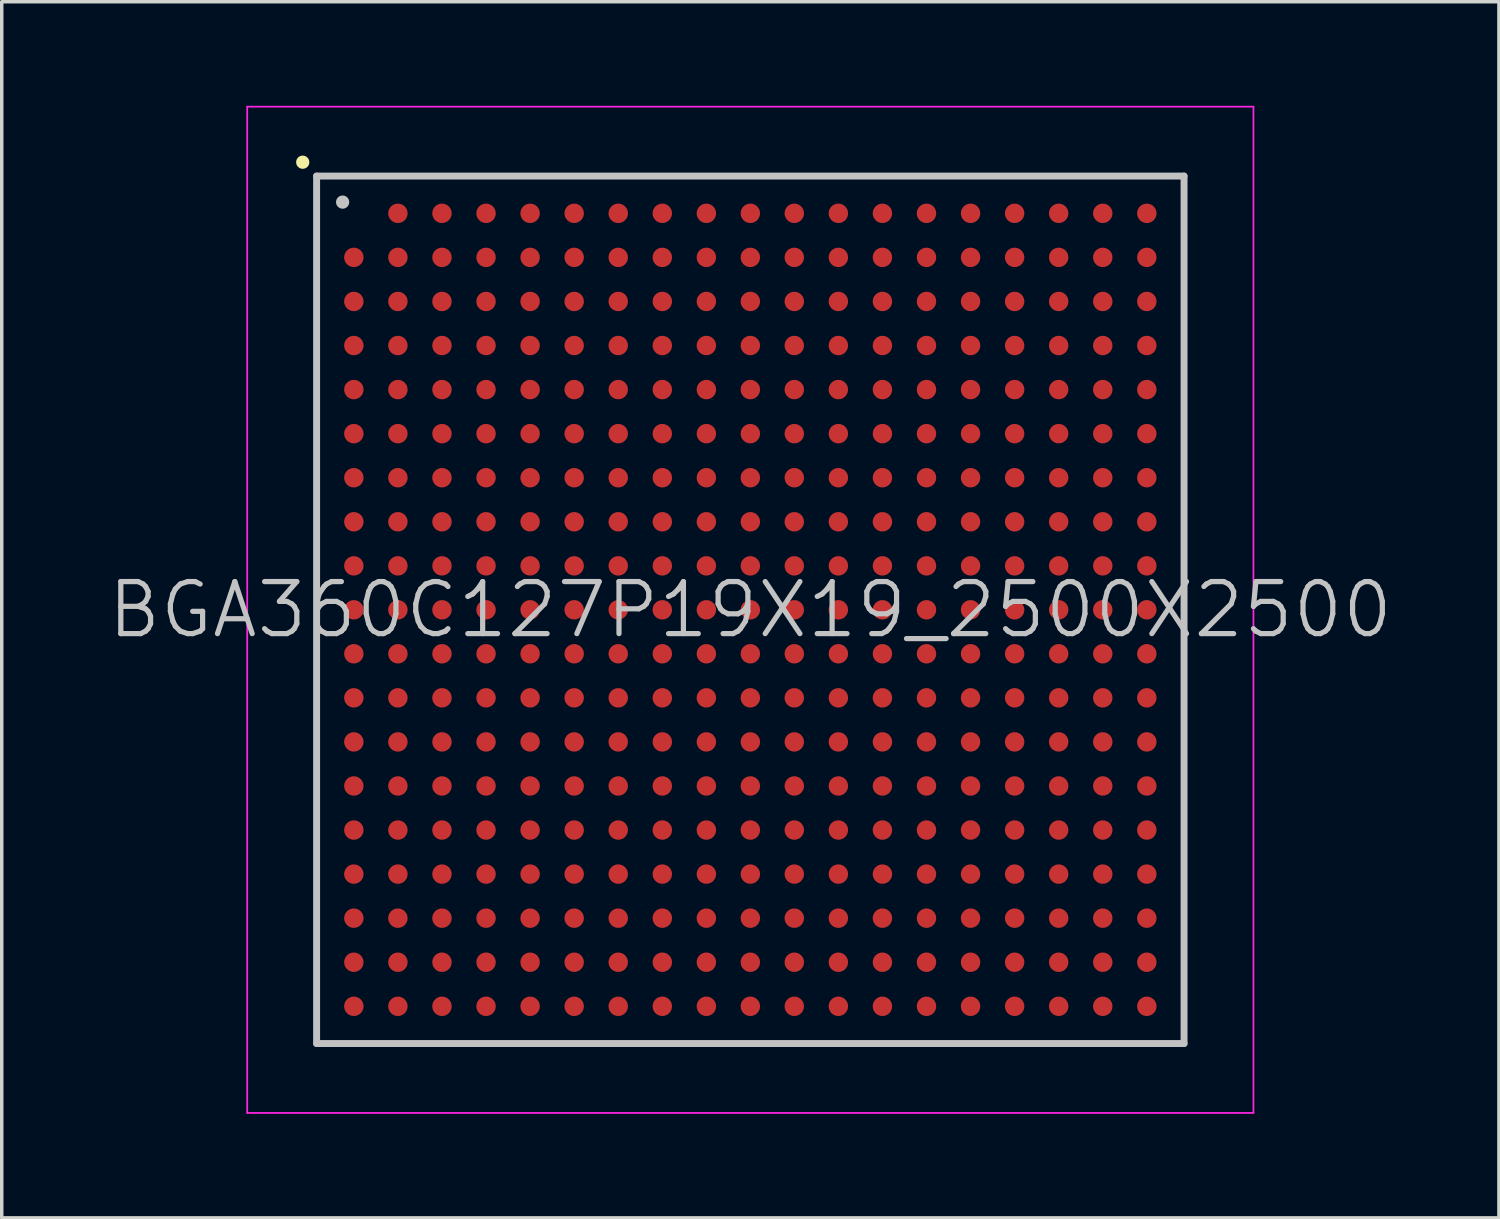
<source format=kicad_pcb>
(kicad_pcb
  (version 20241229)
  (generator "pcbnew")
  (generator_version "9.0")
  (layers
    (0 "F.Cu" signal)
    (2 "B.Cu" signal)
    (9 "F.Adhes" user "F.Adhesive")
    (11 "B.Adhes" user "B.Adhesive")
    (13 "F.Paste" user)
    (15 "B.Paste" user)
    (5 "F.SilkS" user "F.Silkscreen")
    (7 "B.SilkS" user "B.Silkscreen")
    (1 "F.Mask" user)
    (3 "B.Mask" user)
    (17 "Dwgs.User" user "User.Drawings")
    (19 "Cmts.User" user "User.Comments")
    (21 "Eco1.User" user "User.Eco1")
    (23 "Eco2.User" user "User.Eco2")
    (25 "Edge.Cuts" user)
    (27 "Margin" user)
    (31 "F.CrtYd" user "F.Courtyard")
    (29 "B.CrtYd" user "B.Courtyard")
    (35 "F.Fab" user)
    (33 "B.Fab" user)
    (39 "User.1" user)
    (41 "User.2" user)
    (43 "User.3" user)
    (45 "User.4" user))
  (footprint "BGA360C127P19X19_2500X2500"
    (layer "F.Cu")
    (at 18.575 14.525)
    (property "Reference" "BGA360C127P19X19_2500X2500" (at 0 0 0) (layer "Dwgs.User") (effects (font (size 1.5 1.5) (thickness 0.15))))
    (attr smd)
    (fp_line (start -12.9 -12.9) (end -12.9 -12.9) (stroke (width 0.381) (type solid)) (layer "F.SilkS"))
    (fp_line (start -12.5 -12.5) (end -12.5 12.5) (stroke (width 0.2) (type solid)) (layer "Dwgs.User"))
    (fp_line (start -12.5 -12.5) (end 12.5 -12.5) (stroke (width 0.2) (type solid)) (layer "Dwgs.User"))
    (fp_line (start -12.5 12.5) (end 12.5 12.5) (stroke (width 0.2) (type solid)) (layer "Dwgs.User"))
    (fp_line (start -11.75 -11.75) (end -11.75 -11.75) (stroke (width 0.381) (type solid)) (layer "Dwgs.User"))
    (fp_line (start 12.5 -12.5) (end 12.5 12.5) (stroke (width 0.2) (type solid)) (layer "Dwgs.User"))
    (fp_line (start -14.5 -14.5) (end -14.5 14.5) (stroke (width 0.05) (type solid)) (layer "F.CrtYd"))
    (fp_line (start -14.5 -14.5) (end 14.5 -14.5) (stroke (width 0.05) (type solid)) (layer "F.CrtYd"))
    (fp_line (start -14.5 14.5) (end 14.5 14.5) (stroke (width 0.05) (type solid)) (layer "F.CrtYd"))
    (fp_line (start 14.5 -14.5) (end 14.5 14.5) (stroke (width 0.05) (type solid)) (layer "F.CrtYd"))
    (pad "A2" smd circle (at -10.157 -11.427 270) (size 0.56 0.56) (layers "F.Cu" "F.Mask" "F.Paste"))
    (pad "A3" smd circle (at -8.887 -11.427 270) (size 0.56 0.56) (layers "F.Cu" "F.Mask" "F.Paste"))
    (pad "A4" smd circle (at -7.617 -11.427 270) (size 0.56 0.56) (layers "F.Cu" "F.Mask" "F.Paste"))
    (pad "A5" smd circle (at -6.347 -11.427 270) (size 0.56 0.56) (layers "F.Cu" "F.Mask" "F.Paste"))
    (pad "A6" smd circle (at -5.077 -11.427 270) (size 0.56 0.56) (layers "F.Cu" "F.Mask" "F.Paste"))
    (pad "A7" smd circle (at -3.807 -11.427 270) (size 0.56 0.56) (layers "F.Cu" "F.Mask" "F.Paste"))
    (pad "A8" smd circle (at -2.537 -11.427 270) (size 0.56 0.56) (layers "F.Cu" "F.Mask" "F.Paste"))
    (pad "A9" smd circle (at -1.267 -11.427 270) (size 0.56 0.56) (layers "F.Cu" "F.Mask" "F.Paste"))
    (pad "A10" smd circle (at 0 -11.427 270) (size 0.56 0.56) (layers "F.Cu" "F.Mask" "F.Paste"))
    (pad "A11" smd circle (at 1.267 -11.427 270) (size 0.56 0.56) (layers "F.Cu" "F.Mask" "F.Paste"))
    (pad "A12" smd circle (at 2.537 -11.427 270) (size 0.56 0.56) (layers "F.Cu" "F.Mask" "F.Paste"))
    (pad "A13" smd circle (at 3.807 -11.427 270) (size 0.56 0.56) (layers "F.Cu" "F.Mask" "F.Paste"))
    (pad "A14" smd circle (at 5.077 -11.427 270) (size 0.56 0.56) (layers "F.Cu" "F.Mask" "F.Paste"))
    (pad "A15" smd circle (at 6.347 -11.427 270) (size 0.56 0.56) (layers "F.Cu" "F.Mask" "F.Paste"))
    (pad "A16" smd circle (at 7.617 -11.427 270) (size 0.56 0.56) (layers "F.Cu" "F.Mask" "F.Paste"))
    (pad "A17" smd circle (at 8.887 -11.427 270) (size 0.56 0.56) (layers "F.Cu" "F.Mask" "F.Paste"))
    (pad "A18" smd circle (at 10.157 -11.427 270) (size 0.56 0.56) (layers "F.Cu" "F.Mask" "F.Paste"))
    (pad "A19" smd circle (at 11.427 -11.427 270) (size 0.56 0.56) (layers "F.Cu" "F.Mask" "F.Paste"))
    (pad "B1" smd circle (at -11.427 -10.157 270) (size 0.56 0.56) (layers "F.Cu" "F.Mask" "F.Paste"))
    (pad "B2" smd circle (at -10.157 -10.157 270) (size 0.56 0.56) (layers "F.Cu" "F.Mask" "F.Paste"))
    (pad "B3" smd circle (at -8.887 -10.157 270) (size 0.56 0.56) (layers "F.Cu" "F.Mask" "F.Paste"))
    (pad "B4" smd circle (at -7.617 -10.157 270) (size 0.56 0.56) (layers "F.Cu" "F.Mask" "F.Paste"))
    (pad "B5" smd circle (at -6.347 -10.157 270) (size 0.56 0.56) (layers "F.Cu" "F.Mask" "F.Paste"))
    (pad "B6" smd circle (at -5.077 -10.157 270) (size 0.56 0.56) (layers "F.Cu" "F.Mask" "F.Paste"))
    (pad "B7" smd circle (at -3.807 -10.157 270) (size 0.56 0.56) (layers "F.Cu" "F.Mask" "F.Paste"))
    (pad "B8" smd circle (at -2.537 -10.157 270) (size 0.56 0.56) (layers "F.Cu" "F.Mask" "F.Paste"))
    (pad "B9" smd circle (at -1.267 -10.157 270) (size 0.56 0.56) (layers "F.Cu" "F.Mask" "F.Paste"))
    (pad "B10" smd circle (at 0 -10.157 270) (size 0.56 0.56) (layers "F.Cu" "F.Mask" "F.Paste"))
    (pad "B11" smd circle (at 1.267 -10.157 270) (size 0.56 0.56) (layers "F.Cu" "F.Mask" "F.Paste"))
    (pad "B12" smd circle (at 2.537 -10.157 270) (size 0.56 0.56) (layers "F.Cu" "F.Mask" "F.Paste"))
    (pad "B13" smd circle (at 3.807 -10.157 270) (size 0.56 0.56) (layers "F.Cu" "F.Mask" "F.Paste"))
    (pad "B14" smd circle (at 5.077 -10.157 270) (size 0.56 0.56) (layers "F.Cu" "F.Mask" "F.Paste"))
    (pad "B15" smd circle (at 6.347 -10.157 270) (size 0.56 0.56) (layers "F.Cu" "F.Mask" "F.Paste"))
    (pad "B16" smd circle (at 7.617 -10.157 270) (size 0.56 0.56) (layers "F.Cu" "F.Mask" "F.Paste"))
    (pad "B17" smd circle (at 8.887 -10.157 270) (size 0.56 0.56) (layers "F.Cu" "F.Mask" "F.Paste"))
    (pad "B18" smd circle (at 10.157 -10.157 270) (size 0.56 0.56) (layers "F.Cu" "F.Mask" "F.Paste"))
    (pad "B19" smd circle (at 11.427 -10.157 270) (size 0.56 0.56) (layers "F.Cu" "F.Mask" "F.Paste"))
    (pad "C1" smd circle (at -11.427 -8.887 270) (size 0.56 0.56) (layers "F.Cu" "F.Mask" "F.Paste"))
    (pad "C2" smd circle (at -10.157 -8.887 270) (size 0.56 0.56) (layers "F.Cu" "F.Mask" "F.Paste"))
    (pad "C3" smd circle (at -8.887 -8.887 270) (size 0.56 0.56) (layers "F.Cu" "F.Mask" "F.Paste"))
    (pad "C4" smd circle (at -7.617 -8.887 270) (size 0.56 0.56) (layers "F.Cu" "F.Mask" "F.Paste"))
    (pad "C5" smd circle (at -6.347 -8.887 270) (size 0.56 0.56) (layers "F.Cu" "F.Mask" "F.Paste"))
    (pad "C6" smd circle (at -5.077 -8.887 270) (size 0.56 0.56) (layers "F.Cu" "F.Mask" "F.Paste"))
    (pad "C7" smd circle (at -3.807 -8.887 270) (size 0.56 0.56) (layers "F.Cu" "F.Mask" "F.Paste"))
    (pad "C8" smd circle (at -2.537 -8.887 270) (size 0.56 0.56) (layers "F.Cu" "F.Mask" "F.Paste"))
    (pad "C9" smd circle (at -1.267 -8.887 270) (size 0.56 0.56) (layers "F.Cu" "F.Mask" "F.Paste"))
    (pad "C10" smd circle (at 0 -8.887 270) (size 0.56 0.56) (layers "F.Cu" "F.Mask" "F.Paste"))
    (pad "C11" smd circle (at 1.267 -8.887 270) (size 0.56 0.56) (layers "F.Cu" "F.Mask" "F.Paste"))
    (pad "C12" smd circle (at 2.537 -8.887 270) (size 0.56 0.56) (layers "F.Cu" "F.Mask" "F.Paste"))
    (pad "C13" smd circle (at 3.807 -8.887 270) (size 0.56 0.56) (layers "F.Cu" "F.Mask" "F.Paste"))
    (pad "C14" smd circle (at 5.077 -8.887 270) (size 0.56 0.56) (layers "F.Cu" "F.Mask" "F.Paste"))
    (pad "C15" smd circle (at 6.347 -8.887 270) (size 0.56 0.56) (layers "F.Cu" "F.Mask" "F.Paste"))
    (pad "C16" smd circle (at 7.617 -8.887 270) (size 0.56 0.56) (layers "F.Cu" "F.Mask" "F.Paste"))
    (pad "C17" smd circle (at 8.887 -8.887 270) (size 0.56 0.56) (layers "F.Cu" "F.Mask" "F.Paste"))
    (pad "C18" smd circle (at 10.157 -8.887 270) (size 0.56 0.56) (layers "F.Cu" "F.Mask" "F.Paste"))
    (pad "C19" smd circle (at 11.427 -8.887 270) (size 0.56 0.56) (layers "F.Cu" "F.Mask" "F.Paste"))
    (pad "D1" smd circle (at -11.427 -7.617 270) (size 0.56 0.56) (layers "F.Cu" "F.Mask" "F.Paste"))
    (pad "D2" smd circle (at -10.157 -7.617 270) (size 0.56 0.56) (layers "F.Cu" "F.Mask" "F.Paste"))
    (pad "D3" smd circle (at -8.887 -7.617 270) (size 0.56 0.56) (layers "F.Cu" "F.Mask" "F.Paste"))
    (pad "D4" smd circle (at -7.617 -7.617 270) (size 0.56 0.56) (layers "F.Cu" "F.Mask" "F.Paste"))
    (pad "D5" smd circle (at -6.347 -7.617 270) (size 0.56 0.56) (layers "F.Cu" "F.Mask" "F.Paste"))
    (pad "D6" smd circle (at -5.077 -7.617 270) (size 0.56 0.56) (layers "F.Cu" "F.Mask" "F.Paste"))
    (pad "D7" smd circle (at -3.807 -7.617 270) (size 0.56 0.56) (layers "F.Cu" "F.Mask" "F.Paste"))
    (pad "D8" smd circle (at -2.537 -7.617 270) (size 0.56 0.56) (layers "F.Cu" "F.Mask" "F.Paste"))
    (pad "D9" smd circle (at -1.267 -7.617 270) (size 0.56 0.56) (layers "F.Cu" "F.Mask" "F.Paste"))
    (pad "D10" smd circle (at 0 -7.617 270) (size 0.56 0.56) (layers "F.Cu" "F.Mask" "F.Paste"))
    (pad "D11" smd circle (at 1.267 -7.617 270) (size 0.56 0.56) (layers "F.Cu" "F.Mask" "F.Paste"))
    (pad "D12" smd circle (at 2.537 -7.617 270) (size 0.56 0.56) (layers "F.Cu" "F.Mask" "F.Paste"))
    (pad "D13" smd circle (at 3.807 -7.617 270) (size 0.56 0.56) (layers "F.Cu" "F.Mask" "F.Paste"))
    (pad "D14" smd circle (at 5.077 -7.617 270) (size 0.56 0.56) (layers "F.Cu" "F.Mask" "F.Paste"))
    (pad "D15" smd circle (at 6.347 -7.617 270) (size 0.56 0.56) (layers "F.Cu" "F.Mask" "F.Paste"))
    (pad "D16" smd circle (at 7.617 -7.617 270) (size 0.56 0.56) (layers "F.Cu" "F.Mask" "F.Paste"))
    (pad "D17" smd circle (at 8.887 -7.617 270) (size 0.56 0.56) (layers "F.Cu" "F.Mask" "F.Paste"))
    (pad "D18" smd circle (at 10.157 -7.617 270) (size 0.56 0.56) (layers "F.Cu" "F.Mask" "F.Paste"))
    (pad "D19" smd circle (at 11.427 -7.617 270) (size 0.56 0.56) (layers "F.Cu" "F.Mask" "F.Paste"))
    (pad "E1" smd circle (at -11.427 -6.347 270) (size 0.56 0.56) (layers "F.Cu" "F.Mask" "F.Paste"))
    (pad "E2" smd circle (at -10.157 -6.347 270) (size 0.56 0.56) (layers "F.Cu" "F.Mask" "F.Paste"))
    (pad "E3" smd circle (at -8.887 -6.347 270) (size 0.56 0.56) (layers "F.Cu" "F.Mask" "F.Paste"))
    (pad "E4" smd circle (at -7.617 -6.347 270) (size 0.56 0.56) (layers "F.Cu" "F.Mask" "F.Paste"))
    (pad "E5" smd circle (at -6.347 -6.347 270) (size 0.56 0.56) (layers "F.Cu" "F.Mask" "F.Paste"))
    (pad "E6" smd circle (at -5.077 -6.347 270) (size 0.56 0.56) (layers "F.Cu" "F.Mask" "F.Paste"))
    (pad "E7" smd circle (at -3.807 -6.347 270) (size 0.56 0.56) (layers "F.Cu" "F.Mask" "F.Paste"))
    (pad "E8" smd circle (at -2.537 -6.347 270) (size 0.56 0.56) (layers "F.Cu" "F.Mask" "F.Paste"))
    (pad "E9" smd circle (at -1.267 -6.347 270) (size 0.56 0.56) (layers "F.Cu" "F.Mask" "F.Paste"))
    (pad "E10" smd circle (at 0 -6.347 270) (size 0.56 0.56) (layers "F.Cu" "F.Mask" "F.Paste"))
    (pad "E11" smd circle (at 1.267 -6.347 270) (size 0.56 0.56) (layers "F.Cu" "F.Mask" "F.Paste"))
    (pad "E12" smd circle (at 2.537 -6.347 270) (size 0.56 0.56) (layers "F.Cu" "F.Mask" "F.Paste"))
    (pad "E13" smd circle (at 3.807 -6.347 270) (size 0.56 0.56) (layers "F.Cu" "F.Mask" "F.Paste"))
    (pad "E14" smd circle (at 5.077 -6.347 270) (size 0.56 0.56) (layers "F.Cu" "F.Mask" "F.Paste"))
    (pad "E15" smd circle (at 6.347 -6.347 270) (size 0.56 0.56) (layers "F.Cu" "F.Mask" "F.Paste"))
    (pad "E16" smd circle (at 7.617 -6.347 270) (size 0.56 0.56) (layers "F.Cu" "F.Mask" "F.Paste"))
    (pad "E17" smd circle (at 8.887 -6.347 270) (size 0.56 0.56) (layers "F.Cu" "F.Mask" "F.Paste"))
    (pad "E18" smd circle (at 10.157 -6.347 270) (size 0.56 0.56) (layers "F.Cu" "F.Mask" "F.Paste"))
    (pad "E19" smd circle (at 11.427 -6.347 270) (size 0.56 0.56) (layers "F.Cu" "F.Mask" "F.Paste"))
    (pad "F1" smd circle (at -11.427 -5.077 270) (size 0.56 0.56) (layers "F.Cu" "F.Mask" "F.Paste"))
    (pad "F2" smd circle (at -10.157 -5.077 270) (size 0.56 0.56) (layers "F.Cu" "F.Mask" "F.Paste"))
    (pad "F3" smd circle (at -8.887 -5.077 270) (size 0.56 0.56) (layers "F.Cu" "F.Mask" "F.Paste"))
    (pad "F4" smd circle (at -7.617 -5.077 270) (size 0.56 0.56) (layers "F.Cu" "F.Mask" "F.Paste"))
    (pad "F5" smd circle (at -6.347 -5.077 270) (size 0.56 0.56) (layers "F.Cu" "F.Mask" "F.Paste"))
    (pad "F6" smd circle (at -5.077 -5.077 270) (size 0.56 0.56) (layers "F.Cu" "F.Mask" "F.Paste"))
    (pad "F7" smd circle (at -3.807 -5.077 270) (size 0.56 0.56) (layers "F.Cu" "F.Mask" "F.Paste"))
    (pad "F8" smd circle (at -2.537 -5.077 270) (size 0.56 0.56) (layers "F.Cu" "F.Mask" "F.Paste"))
    (pad "F9" smd circle (at -1.267 -5.077 270) (size 0.56 0.56) (layers "F.Cu" "F.Mask" "F.Paste"))
    (pad "F10" smd circle (at 0 -5.077 270) (size 0.56 0.56) (layers "F.Cu" "F.Mask" "F.Paste"))
    (pad "F11" smd circle (at 1.267 -5.077 270) (size 0.56 0.56) (layers "F.Cu" "F.Mask" "F.Paste"))
    (pad "F12" smd circle (at 2.537 -5.077 270) (size 0.56 0.56) (layers "F.Cu" "F.Mask" "F.Paste"))
    (pad "F13" smd circle (at 3.807 -5.077 270) (size 0.56 0.56) (layers "F.Cu" "F.Mask" "F.Paste"))
    (pad "F14" smd circle (at 5.077 -5.077 270) (size 0.56 0.56) (layers "F.Cu" "F.Mask" "F.Paste"))
    (pad "F15" smd circle (at 6.347 -5.077 270) (size 0.56 0.56) (layers "F.Cu" "F.Mask" "F.Paste"))
    (pad "F16" smd circle (at 7.617 -5.077 270) (size 0.56 0.56) (layers "F.Cu" "F.Mask" "F.Paste"))
    (pad "F17" smd circle (at 8.887 -5.077 270) (size 0.56 0.56) (layers "F.Cu" "F.Mask" "F.Paste"))
    (pad "F18" smd circle (at 10.157 -5.077 270) (size 0.56 0.56) (layers "F.Cu" "F.Mask" "F.Paste"))
    (pad "F19" smd circle (at 11.427 -5.077 270) (size 0.56 0.56) (layers "F.Cu" "F.Mask" "F.Paste"))
    (pad "G1" smd circle (at -11.427 -3.807 270) (size 0.56 0.56) (layers "F.Cu" "F.Mask" "F.Paste"))
    (pad "G2" smd circle (at -10.157 -3.807 270) (size 0.56 0.56) (layers "F.Cu" "F.Mask" "F.Paste"))
    (pad "G3" smd circle (at -8.887 -3.807 270) (size 0.56 0.56) (layers "F.Cu" "F.Mask" "F.Paste"))
    (pad "G4" smd circle (at -7.617 -3.807 270) (size 0.56 0.56) (layers "F.Cu" "F.Mask" "F.Paste"))
    (pad "G5" smd circle (at -6.347 -3.807 270) (size 0.56 0.56) (layers "F.Cu" "F.Mask" "F.Paste"))
    (pad "G6" smd circle (at -5.077 -3.807 270) (size 0.56 0.56) (layers "F.Cu" "F.Mask" "F.Paste"))
    (pad "G7" smd circle (at -3.807 -3.807 270) (size 0.56 0.56) (layers "F.Cu" "F.Mask" "F.Paste"))
    (pad "G8" smd circle (at -2.537 -3.807 270) (size 0.56 0.56) (layers "F.Cu" "F.Mask" "F.Paste"))
    (pad "G9" smd circle (at -1.267 -3.807 270) (size 0.56 0.56) (layers "F.Cu" "F.Mask" "F.Paste"))
    (pad "G10" smd circle (at 0 -3.807 270) (size 0.56 0.56) (layers "F.Cu" "F.Mask" "F.Paste"))
    (pad "G11" smd circle (at 1.267 -3.807 270) (size 0.56 0.56) (layers "F.Cu" "F.Mask" "F.Paste"))
    (pad "G12" smd circle (at 2.537 -3.807 270) (size 0.56 0.56) (layers "F.Cu" "F.Mask" "F.Paste"))
    (pad "G13" smd circle (at 3.807 -3.807 270) (size 0.56 0.56) (layers "F.Cu" "F.Mask" "F.Paste"))
    (pad "G14" smd circle (at 5.077 -3.807 270) (size 0.56 0.56) (layers "F.Cu" "F.Mask" "F.Paste"))
    (pad "G15" smd circle (at 6.347 -3.807 270) (size 0.56 0.56) (layers "F.Cu" "F.Mask" "F.Paste"))
    (pad "G16" smd circle (at 7.617 -3.807 270) (size 0.56 0.56) (layers "F.Cu" "F.Mask" "F.Paste"))
    (pad "G17" smd circle (at 8.887 -3.807 270) (size 0.56 0.56) (layers "F.Cu" "F.Mask" "F.Paste"))
    (pad "G18" smd circle (at 10.157 -3.807 270) (size 0.56 0.56) (layers "F.Cu" "F.Mask" "F.Paste"))
    (pad "G19" smd circle (at 11.427 -3.807 270) (size 0.56 0.56) (layers "F.Cu" "F.Mask" "F.Paste"))
    (pad "H1" smd circle (at -11.427 -2.537 270) (size 0.56 0.56) (layers "F.Cu" "F.Mask" "F.Paste"))
    (pad "H2" smd circle (at -10.157 -2.537 270) (size 0.56 0.56) (layers "F.Cu" "F.Mask" "F.Paste"))
    (pad "H3" smd circle (at -8.887 -2.537 270) (size 0.56 0.56) (layers "F.Cu" "F.Mask" "F.Paste"))
    (pad "H4" smd circle (at -7.617 -2.537 270) (size 0.56 0.56) (layers "F.Cu" "F.Mask" "F.Paste"))
    (pad "H5" smd circle (at -6.347 -2.537 270) (size 0.56 0.56) (layers "F.Cu" "F.Mask" "F.Paste"))
    (pad "H6" smd circle (at -5.077 -2.537 270) (size 0.56 0.56) (layers "F.Cu" "F.Mask" "F.Paste"))
    (pad "H7" smd circle (at -3.807 -2.537 270) (size 0.56 0.56) (layers "F.Cu" "F.Mask" "F.Paste"))
    (pad "H8" smd circle (at -2.537 -2.537 270) (size 0.56 0.56) (layers "F.Cu" "F.Mask" "F.Paste"))
    (pad "H9" smd circle (at -1.267 -2.537 270) (size 0.56 0.56) (layers "F.Cu" "F.Mask" "F.Paste"))
    (pad "H10" smd circle (at 0 -2.537 270) (size 0.56 0.56) (layers "F.Cu" "F.Mask" "F.Paste"))
    (pad "H11" smd circle (at 1.267 -2.537 270) (size 0.56 0.56) (layers "F.Cu" "F.Mask" "F.Paste"))
    (pad "H12" smd circle (at 2.537 -2.537 270) (size 0.56 0.56) (layers "F.Cu" "F.Mask" "F.Paste"))
    (pad "H13" smd circle (at 3.807 -2.537 270) (size 0.56 0.56) (layers "F.Cu" "F.Mask" "F.Paste"))
    (pad "H14" smd circle (at 5.077 -2.537 270) (size 0.56 0.56) (layers "F.Cu" "F.Mask" "F.Paste"))
    (pad "H15" smd circle (at 6.347 -2.537 270) (size 0.56 0.56) (layers "F.Cu" "F.Mask" "F.Paste"))
    (pad "H16" smd circle (at 7.617 -2.537 270) (size 0.56 0.56) (layers "F.Cu" "F.Mask" "F.Paste"))
    (pad "H17" smd circle (at 8.887 -2.537 270) (size 0.56 0.56) (layers "F.Cu" "F.Mask" "F.Paste"))
    (pad "H18" smd circle (at 10.157 -2.537 270) (size 0.56 0.56) (layers "F.Cu" "F.Mask" "F.Paste"))
    (pad "H19" smd circle (at 11.427 -2.537 270) (size 0.56 0.56) (layers "F.Cu" "F.Mask" "F.Paste"))
    (pad "J1" smd circle (at -11.427 -1.267 270) (size 0.56 0.56) (layers "F.Cu" "F.Mask" "F.Paste"))
    (pad "J2" smd circle (at -10.157 -1.267 270) (size 0.56 0.56) (layers "F.Cu" "F.Mask" "F.Paste"))
    (pad "J3" smd circle (at -8.887 -1.267 270) (size 0.56 0.56) (layers "F.Cu" "F.Mask" "F.Paste"))
    (pad "J4" smd circle (at -7.617 -1.267 270) (size 0.56 0.56) (layers "F.Cu" "F.Mask" "F.Paste"))
    (pad "J5" smd circle (at -6.347 -1.267 270) (size 0.56 0.56) (layers "F.Cu" "F.Mask" "F.Paste"))
    (pad "J6" smd circle (at -5.077 -1.267 270) (size 0.56 0.56) (layers "F.Cu" "F.Mask" "F.Paste"))
    (pad "J7" smd circle (at -3.807 -1.267 270) (size 0.56 0.56) (layers "F.Cu" "F.Mask" "F.Paste"))
    (pad "J8" smd circle (at -2.537 -1.267 270) (size 0.56 0.56) (layers "F.Cu" "F.Mask" "F.Paste"))
    (pad "J9" smd circle (at -1.267 -1.267 270) (size 0.56 0.56) (layers "F.Cu" "F.Mask" "F.Paste"))
    (pad "J10" smd circle (at 0 -1.267 270) (size 0.56 0.56) (layers "F.Cu" "F.Mask" "F.Paste"))
    (pad "J11" smd circle (at 1.267 -1.267 270) (size 0.56 0.56) (layers "F.Cu" "F.Mask" "F.Paste"))
    (pad "J12" smd circle (at 2.537 -1.267 270) (size 0.56 0.56) (layers "F.Cu" "F.Mask" "F.Paste"))
    (pad "J13" smd circle (at 3.807 -1.267 270) (size 0.56 0.56) (layers "F.Cu" "F.Mask" "F.Paste"))
    (pad "J14" smd circle (at 5.077 -1.267 270) (size 0.56 0.56) (layers "F.Cu" "F.Mask" "F.Paste"))
    (pad "J15" smd circle (at 6.347 -1.267 270) (size 0.56 0.56) (layers "F.Cu" "F.Mask" "F.Paste"))
    (pad "J16" smd circle (at 7.617 -1.267 270) (size 0.56 0.56) (layers "F.Cu" "F.Mask" "F.Paste"))
    (pad "J17" smd circle (at 8.887 -1.267 270) (size 0.56 0.56) (layers "F.Cu" "F.Mask" "F.Paste"))
    (pad "J18" smd circle (at 10.157 -1.267 270) (size 0.56 0.56) (layers "F.Cu" "F.Mask" "F.Paste"))
    (pad "J19" smd circle (at 11.427 -1.267 270) (size 0.56 0.56) (layers "F.Cu" "F.Mask" "F.Paste"))
    (pad "K1" smd circle (at -11.427 0 270) (size 0.56 0.56) (layers "F.Cu" "F.Mask" "F.Paste"))
    (pad "K2" smd circle (at -10.157 0 270) (size 0.56 0.56) (layers "F.Cu" "F.Mask" "F.Paste"))
    (pad "K3" smd circle (at -8.887 0 270) (size 0.56 0.56) (layers "F.Cu" "F.Mask" "F.Paste"))
    (pad "K4" smd circle (at -7.617 0 270) (size 0.56 0.56) (layers "F.Cu" "F.Mask" "F.Paste"))
    (pad "K5" smd circle (at -6.347 0 270) (size 0.56 0.56) (layers "F.Cu" "F.Mask" "F.Paste"))
    (pad "K6" smd circle (at -5.077 0 270) (size 0.56 0.56) (layers "F.Cu" "F.Mask" "F.Paste"))
    (pad "K7" smd circle (at -3.807 0 270) (size 0.56 0.56) (layers "F.Cu" "F.Mask" "F.Paste"))
    (pad "K8" smd circle (at -2.537 0 270) (size 0.56 0.56) (layers "F.Cu" "F.Mask" "F.Paste"))
    (pad "K9" smd circle (at -1.267 0 270) (size 0.56 0.56) (layers "F.Cu" "F.Mask" "F.Paste"))
    (pad "K10" smd circle (at 0 0 270) (size 0.56 0.56) (layers "F.Cu" "F.Mask" "F.Paste"))
    (pad "K11" smd circle (at 1.267 0 270) (size 0.56 0.56) (layers "F.Cu" "F.Mask" "F.Paste"))
    (pad "K12" smd circle (at 2.537 0 270) (size 0.56 0.56) (layers "F.Cu" "F.Mask" "F.Paste"))
    (pad "K13" smd circle (at 3.807 0 270) (size 0.56 0.56) (layers "F.Cu" "F.Mask" "F.Paste"))
    (pad "K14" smd circle (at 5.077 0 270) (size 0.56 0.56) (layers "F.Cu" "F.Mask" "F.Paste"))
    (pad "K15" smd circle (at 6.347 0 270) (size 0.56 0.56) (layers "F.Cu" "F.Mask" "F.Paste"))
    (pad "K16" smd circle (at 7.617 0 270) (size 0.56 0.56) (layers "F.Cu" "F.Mask" "F.Paste"))
    (pad "K17" smd circle (at 8.887 0 270) (size 0.56 0.56) (layers "F.Cu" "F.Mask" "F.Paste"))
    (pad "K18" smd circle (at 10.157 0 270) (size 0.56 0.56) (layers "F.Cu" "F.Mask" "F.Paste"))
    (pad "K19" smd circle (at 11.427 0 270) (size 0.56 0.56) (layers "F.Cu" "F.Mask" "F.Paste"))
    (pad "L1" smd circle (at -11.427 1.267 270) (size 0.56 0.56) (layers "F.Cu" "F.Mask" "F.Paste"))
    (pad "L2" smd circle (at -10.157 1.267 270) (size 0.56 0.56) (layers "F.Cu" "F.Mask" "F.Paste"))
    (pad "L3" smd circle (at -8.887 1.267 270) (size 0.56 0.56) (layers "F.Cu" "F.Mask" "F.Paste"))
    (pad "L4" smd circle (at -7.617 1.267 270) (size 0.56 0.56) (layers "F.Cu" "F.Mask" "F.Paste"))
    (pad "L5" smd circle (at -6.347 1.267 270) (size 0.56 0.56) (layers "F.Cu" "F.Mask" "F.Paste"))
    (pad "L6" smd circle (at -5.077 1.267 270) (size 0.56 0.56) (layers "F.Cu" "F.Mask" "F.Paste"))
    (pad "L7" smd circle (at -3.807 1.267 270) (size 0.56 0.56) (layers "F.Cu" "F.Mask" "F.Paste"))
    (pad "L8" smd circle (at -2.537 1.267 270) (size 0.56 0.56) (layers "F.Cu" "F.Mask" "F.Paste"))
    (pad "L9" smd circle (at -1.267 1.267 270) (size 0.56 0.56) (layers "F.Cu" "F.Mask" "F.Paste"))
    (pad "L10" smd circle (at 0 1.267 270) (size 0.56 0.56) (layers "F.Cu" "F.Mask" "F.Paste"))
    (pad "L11" smd circle (at 1.267 1.267 270) (size 0.56 0.56) (layers "F.Cu" "F.Mask" "F.Paste"))
    (pad "L12" smd circle (at 2.537 1.267 270) (size 0.56 0.56) (layers "F.Cu" "F.Mask" "F.Paste"))
    (pad "L13" smd circle (at 3.807 1.267 270) (size 0.56 0.56) (layers "F.Cu" "F.Mask" "F.Paste"))
    (pad "L14" smd circle (at 5.077 1.267 270) (size 0.56 0.56) (layers "F.Cu" "F.Mask" "F.Paste"))
    (pad "L15" smd circle (at 6.347 1.267 270) (size 0.56 0.56) (layers "F.Cu" "F.Mask" "F.Paste"))
    (pad "L16" smd circle (at 7.617 1.267 270) (size 0.56 0.56) (layers "F.Cu" "F.Mask" "F.Paste"))
    (pad "L17" smd circle (at 8.887 1.267 270) (size 0.56 0.56) (layers "F.Cu" "F.Mask" "F.Paste"))
    (pad "L18" smd circle (at 10.157 1.267 270) (size 0.56 0.56) (layers "F.Cu" "F.Mask" "F.Paste"))
    (pad "L19" smd circle (at 11.427 1.267 270) (size 0.56 0.56) (layers "F.Cu" "F.Mask" "F.Paste"))
    (pad "M1" smd circle (at -11.427 2.537 270) (size 0.56 0.56) (layers "F.Cu" "F.Mask" "F.Paste"))
    (pad "M2" smd circle (at -10.157 2.537 270) (size 0.56 0.56) (layers "F.Cu" "F.Mask" "F.Paste"))
    (pad "M3" smd circle (at -8.887 2.537 270) (size 0.56 0.56) (layers "F.Cu" "F.Mask" "F.Paste"))
    (pad "M4" smd circle (at -7.617 2.537 270) (size 0.56 0.56) (layers "F.Cu" "F.Mask" "F.Paste"))
    (pad "M5" smd circle (at -6.347 2.537 270) (size 0.56 0.56) (layers "F.Cu" "F.Mask" "F.Paste"))
    (pad "M6" smd circle (at -5.077 2.537 270) (size 0.56 0.56) (layers "F.Cu" "F.Mask" "F.Paste"))
    (pad "M7" smd circle (at -3.807 2.537 270) (size 0.56 0.56) (layers "F.Cu" "F.Mask" "F.Paste"))
    (pad "M8" smd circle (at -2.537 2.537 270) (size 0.56 0.56) (layers "F.Cu" "F.Mask" "F.Paste"))
    (pad "M9" smd circle (at -1.267 2.537 270) (size 0.56 0.56) (layers "F.Cu" "F.Mask" "F.Paste"))
    (pad "M10" smd circle (at 0 2.537 270) (size 0.56 0.56) (layers "F.Cu" "F.Mask" "F.Paste"))
    (pad "M11" smd circle (at 1.267 2.537 270) (size 0.56 0.56) (layers "F.Cu" "F.Mask" "F.Paste"))
    (pad "M12" smd circle (at 2.537 2.537 270) (size 0.56 0.56) (layers "F.Cu" "F.Mask" "F.Paste"))
    (pad "M13" smd circle (at 3.807 2.537 270) (size 0.56 0.56) (layers "F.Cu" "F.Mask" "F.Paste"))
    (pad "M14" smd circle (at 5.077 2.537 270) (size 0.56 0.56) (layers "F.Cu" "F.Mask" "F.Paste"))
    (pad "M15" smd circle (at 6.347 2.537 270) (size 0.56 0.56) (layers "F.Cu" "F.Mask" "F.Paste"))
    (pad "M16" smd circle (at 7.617 2.537 270) (size 0.56 0.56) (layers "F.Cu" "F.Mask" "F.Paste"))
    (pad "M17" smd circle (at 8.887 2.537 270) (size 0.56 0.56) (layers "F.Cu" "F.Mask" "F.Paste"))
    (pad "M18" smd circle (at 10.157 2.537 270) (size 0.56 0.56) (layers "F.Cu" "F.Mask" "F.Paste"))
    (pad "M19" smd circle (at 11.427 2.537 270) (size 0.56 0.56) (layers "F.Cu" "F.Mask" "F.Paste"))
    (pad "N1" smd circle (at -11.427 3.807 270) (size 0.56 0.56) (layers "F.Cu" "F.Mask" "F.Paste"))
    (pad "N2" smd circle (at -10.157 3.807 270) (size 0.56 0.56) (layers "F.Cu" "F.Mask" "F.Paste"))
    (pad "N3" smd circle (at -8.887 3.807 270) (size 0.56 0.56) (layers "F.Cu" "F.Mask" "F.Paste"))
    (pad "N4" smd circle (at -7.617 3.807 270) (size 0.56 0.56) (layers "F.Cu" "F.Mask" "F.Paste"))
    (pad "N5" smd circle (at -6.347 3.807 270) (size 0.56 0.56) (layers "F.Cu" "F.Mask" "F.Paste"))
    (pad "N6" smd circle (at -5.077 3.807 270) (size 0.56 0.56) (layers "F.Cu" "F.Mask" "F.Paste"))
    (pad "N7" smd circle (at -3.807 3.807 270) (size 0.56 0.56) (layers "F.Cu" "F.Mask" "F.Paste"))
    (pad "N8" smd circle (at -2.537 3.807 270) (size 0.56 0.56) (layers "F.Cu" "F.Mask" "F.Paste"))
    (pad "N9" smd circle (at -1.267 3.807 270) (size 0.56 0.56) (layers "F.Cu" "F.Mask" "F.Paste"))
    (pad "N10" smd circle (at 0 3.807 270) (size 0.56 0.56) (layers "F.Cu" "F.Mask" "F.Paste"))
    (pad "N11" smd circle (at 1.267 3.807 270) (size 0.56 0.56) (layers "F.Cu" "F.Mask" "F.Paste"))
    (pad "N12" smd circle (at 2.537 3.807 270) (size 0.56 0.56) (layers "F.Cu" "F.Mask" "F.Paste"))
    (pad "N13" smd circle (at 3.807 3.807 270) (size 0.56 0.56) (layers "F.Cu" "F.Mask" "F.Paste"))
    (pad "N14" smd circle (at 5.077 3.807 270) (size 0.56 0.56) (layers "F.Cu" "F.Mask" "F.Paste"))
    (pad "N15" smd circle (at 6.347 3.807 270) (size 0.56 0.56) (layers "F.Cu" "F.Mask" "F.Paste"))
    (pad "N16" smd circle (at 7.617 3.807 270) (size 0.56 0.56) (layers "F.Cu" "F.Mask" "F.Paste"))
    (pad "N17" smd circle (at 8.887 3.807 270) (size 0.56 0.56) (layers "F.Cu" "F.Mask" "F.Paste"))
    (pad "N18" smd circle (at 10.157 3.807 270) (size 0.56 0.56) (layers "F.Cu" "F.Mask" "F.Paste"))
    (pad "N19" smd circle (at 11.427 3.807 270) (size 0.56 0.56) (layers "F.Cu" "F.Mask" "F.Paste"))
    (pad "P1" smd circle (at -11.427 5.077 270) (size 0.56 0.56) (layers "F.Cu" "F.Mask" "F.Paste"))
    (pad "P2" smd circle (at -10.157 5.077 270) (size 0.56 0.56) (layers "F.Cu" "F.Mask" "F.Paste"))
    (pad "P3" smd circle (at -8.887 5.077 270) (size 0.56 0.56) (layers "F.Cu" "F.Mask" "F.Paste"))
    (pad "P4" smd circle (at -7.617 5.077 270) (size 0.56 0.56) (layers "F.Cu" "F.Mask" "F.Paste"))
    (pad "P5" smd circle (at -6.347 5.077 270) (size 0.56 0.56) (layers "F.Cu" "F.Mask" "F.Paste"))
    (pad "P6" smd circle (at -5.077 5.077 270) (size 0.56 0.56) (layers "F.Cu" "F.Mask" "F.Paste"))
    (pad "P7" smd circle (at -3.807 5.077 270) (size 0.56 0.56) (layers "F.Cu" "F.Mask" "F.Paste"))
    (pad "P8" smd circle (at -2.537 5.077 270) (size 0.56 0.56) (layers "F.Cu" "F.Mask" "F.Paste"))
    (pad "P9" smd circle (at -1.267 5.077 270) (size 0.56 0.56) (layers "F.Cu" "F.Mask" "F.Paste"))
    (pad "P10" smd circle (at 0 5.077 270) (size 0.56 0.56) (layers "F.Cu" "F.Mask" "F.Paste"))
    (pad "P11" smd circle (at 1.267 5.077 270) (size 0.56 0.56) (layers "F.Cu" "F.Mask" "F.Paste"))
    (pad "P12" smd circle (at 2.537 5.077 270) (size 0.56 0.56) (layers "F.Cu" "F.Mask" "F.Paste"))
    (pad "P13" smd circle (at 3.807 5.077 270) (size 0.56 0.56) (layers "F.Cu" "F.Mask" "F.Paste"))
    (pad "P14" smd circle (at 5.077 5.077 270) (size 0.56 0.56) (layers "F.Cu" "F.Mask" "F.Paste"))
    (pad "P15" smd circle (at 6.347 5.077 270) (size 0.56 0.56) (layers "F.Cu" "F.Mask" "F.Paste"))
    (pad "P16" smd circle (at 7.617 5.077 270) (size 0.56 0.56) (layers "F.Cu" "F.Mask" "F.Paste"))
    (pad "P17" smd circle (at 8.887 5.077 270) (size 0.56 0.56) (layers "F.Cu" "F.Mask" "F.Paste"))
    (pad "P18" smd circle (at 10.157 5.077 270) (size 0.56 0.56) (layers "F.Cu" "F.Mask" "F.Paste"))
    (pad "P19" smd circle (at 11.427 5.077 270) (size 0.56 0.56) (layers "F.Cu" "F.Mask" "F.Paste"))
    (pad "R1" smd circle (at -11.427 6.347 270) (size 0.56 0.56) (layers "F.Cu" "F.Mask" "F.Paste"))
    (pad "R2" smd circle (at -10.157 6.347 270) (size 0.56 0.56) (layers "F.Cu" "F.Mask" "F.Paste"))
    (pad "R3" smd circle (at -8.887 6.347 270) (size 0.56 0.56) (layers "F.Cu" "F.Mask" "F.Paste"))
    (pad "R4" smd circle (at -7.617 6.347 270) (size 0.56 0.56) (layers "F.Cu" "F.Mask" "F.Paste"))
    (pad "R5" smd circle (at -6.347 6.347 270) (size 0.56 0.56) (layers "F.Cu" "F.Mask" "F.Paste"))
    (pad "R6" smd circle (at -5.077 6.347 270) (size 0.56 0.56) (layers "F.Cu" "F.Mask" "F.Paste"))
    (pad "R7" smd circle (at -3.807 6.347 270) (size 0.56 0.56) (layers "F.Cu" "F.Mask" "F.Paste"))
    (pad "R8" smd circle (at -2.537 6.347 270) (size 0.56 0.56) (layers "F.Cu" "F.Mask" "F.Paste"))
    (pad "R9" smd circle (at -1.267 6.347 270) (size 0.56 0.56) (layers "F.Cu" "F.Mask" "F.Paste"))
    (pad "R10" smd circle (at 0 6.347 270) (size 0.56 0.56) (layers "F.Cu" "F.Mask" "F.Paste"))
    (pad "R11" smd circle (at 1.267 6.347 270) (size 0.56 0.56) (layers "F.Cu" "F.Mask" "F.Paste"))
    (pad "R12" smd circle (at 2.537 6.347 270) (size 0.56 0.56) (layers "F.Cu" "F.Mask" "F.Paste"))
    (pad "R13" smd circle (at 3.807 6.347 270) (size 0.56 0.56) (layers "F.Cu" "F.Mask" "F.Paste"))
    (pad "R14" smd circle (at 5.077 6.347 270) (size 0.56 0.56) (layers "F.Cu" "F.Mask" "F.Paste"))
    (pad "R15" smd circle (at 6.347 6.347 270) (size 0.56 0.56) (layers "F.Cu" "F.Mask" "F.Paste"))
    (pad "R16" smd circle (at 7.617 6.347 270) (size 0.56 0.56) (layers "F.Cu" "F.Mask" "F.Paste"))
    (pad "R17" smd circle (at 8.887 6.347 270) (size 0.56 0.56) (layers "F.Cu" "F.Mask" "F.Paste"))
    (pad "R18" smd circle (at 10.157 6.347 270) (size 0.56 0.56) (layers "F.Cu" "F.Mask" "F.Paste"))
    (pad "R19" smd circle (at 11.427 6.347 270) (size 0.56 0.56) (layers "F.Cu" "F.Mask" "F.Paste"))
    (pad "T1" smd circle (at -11.427 7.617 270) (size 0.56 0.56) (layers "F.Cu" "F.Mask" "F.Paste"))
    (pad "T2" smd circle (at -10.157 7.617 270) (size 0.56 0.56) (layers "F.Cu" "F.Mask" "F.Paste"))
    (pad "T3" smd circle (at -8.887 7.617 270) (size 0.56 0.56) (layers "F.Cu" "F.Mask" "F.Paste"))
    (pad "T4" smd circle (at -7.617 7.617 270) (size 0.56 0.56) (layers "F.Cu" "F.Mask" "F.Paste"))
    (pad "T5" smd circle (at -6.347 7.617 270) (size 0.56 0.56) (layers "F.Cu" "F.Mask" "F.Paste"))
    (pad "T6" smd circle (at -5.077 7.617 270) (size 0.56 0.56) (layers "F.Cu" "F.Mask" "F.Paste"))
    (pad "T7" smd circle (at -3.807 7.617 270) (size 0.56 0.56) (layers "F.Cu" "F.Mask" "F.Paste"))
    (pad "T8" smd circle (at -2.537 7.617 270) (size 0.56 0.56) (layers "F.Cu" "F.Mask" "F.Paste"))
    (pad "T9" smd circle (at -1.267 7.617 270) (size 0.56 0.56) (layers "F.Cu" "F.Mask" "F.Paste"))
    (pad "T10" smd circle (at 0 7.617 270) (size 0.56 0.56) (layers "F.Cu" "F.Mask" "F.Paste"))
    (pad "T11" smd circle (at 1.267 7.617 270) (size 0.56 0.56) (layers "F.Cu" "F.Mask" "F.Paste"))
    (pad "T12" smd circle (at 2.537 7.617 270) (size 0.56 0.56) (layers "F.Cu" "F.Mask" "F.Paste"))
    (pad "T13" smd circle (at 3.807 7.617 270) (size 0.56 0.56) (layers "F.Cu" "F.Mask" "F.Paste"))
    (pad "T14" smd circle (at 5.077 7.617 270) (size 0.56 0.56) (layers "F.Cu" "F.Mask" "F.Paste"))
    (pad "T15" smd circle (at 6.347 7.617 270) (size 0.56 0.56) (layers "F.Cu" "F.Mask" "F.Paste"))
    (pad "T16" smd circle (at 7.617 7.617 270) (size 0.56 0.56) (layers "F.Cu" "F.Mask" "F.Paste"))
    (pad "T17" smd circle (at 8.887 7.617 270) (size 0.56 0.56) (layers "F.Cu" "F.Mask" "F.Paste"))
    (pad "T18" smd circle (at 10.157 7.617 270) (size 0.56 0.56) (layers "F.Cu" "F.Mask" "F.Paste"))
    (pad "T19" smd circle (at 11.427 7.617 270) (size 0.56 0.56) (layers "F.Cu" "F.Mask" "F.Paste"))
    (pad "U1" smd circle (at -11.427 8.887 270) (size 0.56 0.56) (layers "F.Cu" "F.Mask" "F.Paste"))
    (pad "U2" smd circle (at -10.157 8.887 270) (size 0.56 0.56) (layers "F.Cu" "F.Mask" "F.Paste"))
    (pad "U3" smd circle (at -8.887 8.887 270) (size 0.56 0.56) (layers "F.Cu" "F.Mask" "F.Paste"))
    (pad "U4" smd circle (at -7.617 8.887 270) (size 0.56 0.56) (layers "F.Cu" "F.Mask" "F.Paste"))
    (pad "U5" smd circle (at -6.347 8.887 270) (size 0.56 0.56) (layers "F.Cu" "F.Mask" "F.Paste"))
    (pad "U6" smd circle (at -5.077 8.887 270) (size 0.56 0.56) (layers "F.Cu" "F.Mask" "F.Paste"))
    (pad "U7" smd circle (at -3.807 8.887 270) (size 0.56 0.56) (layers "F.Cu" "F.Mask" "F.Paste"))
    (pad "U8" smd circle (at -2.537 8.887 270) (size 0.56 0.56) (layers "F.Cu" "F.Mask" "F.Paste"))
    (pad "U9" smd circle (at -1.267 8.887 270) (size 0.56 0.56) (layers "F.Cu" "F.Mask" "F.Paste"))
    (pad "U10" smd circle (at 0 8.887 270) (size 0.56 0.56) (layers "F.Cu" "F.Mask" "F.Paste"))
    (pad "U11" smd circle (at 1.267 8.887 270) (size 0.56 0.56) (layers "F.Cu" "F.Mask" "F.Paste"))
    (pad "U12" smd circle (at 2.537 8.887 270) (size 0.56 0.56) (layers "F.Cu" "F.Mask" "F.Paste"))
    (pad "U13" smd circle (at 3.807 8.887 270) (size 0.56 0.56) (layers "F.Cu" "F.Mask" "F.Paste"))
    (pad "U14" smd circle (at 5.077 8.887 270) (size 0.56 0.56) (layers "F.Cu" "F.Mask" "F.Paste"))
    (pad "U15" smd circle (at 6.347 8.887 270) (size 0.56 0.56) (layers "F.Cu" "F.Mask" "F.Paste"))
    (pad "U16" smd circle (at 7.617 8.887 270) (size 0.56 0.56) (layers "F.Cu" "F.Mask" "F.Paste"))
    (pad "U17" smd circle (at 8.887 8.887 270) (size 0.56 0.56) (layers "F.Cu" "F.Mask" "F.Paste"))
    (pad "U18" smd circle (at 10.157 8.887 270) (size 0.56 0.56) (layers "F.Cu" "F.Mask" "F.Paste"))
    (pad "U19" smd circle (at 11.427 8.887 270) (size 0.56 0.56) (layers "F.Cu" "F.Mask" "F.Paste"))
    (pad "V1" smd circle (at -11.427 10.157 270) (size 0.56 0.56) (layers "F.Cu" "F.Mask" "F.Paste"))
    (pad "V2" smd circle (at -10.157 10.157 270) (size 0.56 0.56) (layers "F.Cu" "F.Mask" "F.Paste"))
    (pad "V3" smd circle (at -8.887 10.157 270) (size 0.56 0.56) (layers "F.Cu" "F.Mask" "F.Paste"))
    (pad "V4" smd circle (at -7.617 10.157 270) (size 0.56 0.56) (layers "F.Cu" "F.Mask" "F.Paste"))
    (pad "V5" smd circle (at -6.347 10.157 270) (size 0.56 0.56) (layers "F.Cu" "F.Mask" "F.Paste"))
    (pad "V6" smd circle (at -5.077 10.157 270) (size 0.56 0.56) (layers "F.Cu" "F.Mask" "F.Paste"))
    (pad "V7" smd circle (at -3.807 10.157 270) (size 0.56 0.56) (layers "F.Cu" "F.Mask" "F.Paste"))
    (pad "V8" smd circle (at -2.537 10.157 270) (size 0.56 0.56) (layers "F.Cu" "F.Mask" "F.Paste"))
    (pad "V9" smd circle (at -1.267 10.157 270) (size 0.56 0.56) (layers "F.Cu" "F.Mask" "F.Paste"))
    (pad "V10" smd circle (at 0 10.157 270) (size 0.56 0.56) (layers "F.Cu" "F.Mask" "F.Paste"))
    (pad "V11" smd circle (at 1.267 10.157 270) (size 0.56 0.56) (layers "F.Cu" "F.Mask" "F.Paste"))
    (pad "V12" smd circle (at 2.537 10.157 270) (size 0.56 0.56) (layers "F.Cu" "F.Mask" "F.Paste"))
    (pad "V13" smd circle (at 3.807 10.157 270) (size 0.56 0.56) (layers "F.Cu" "F.Mask" "F.Paste"))
    (pad "V14" smd circle (at 5.077 10.157 270) (size 0.56 0.56) (layers "F.Cu" "F.Mask" "F.Paste"))
    (pad "V15" smd circle (at 6.347 10.157 270) (size 0.56 0.56) (layers "F.Cu" "F.Mask" "F.Paste"))
    (pad "V16" smd circle (at 7.617 10.157 270) (size 0.56 0.56) (layers "F.Cu" "F.Mask" "F.Paste"))
    (pad "V17" smd circle (at 8.887 10.157 270) (size 0.56 0.56) (layers "F.Cu" "F.Mask" "F.Paste"))
    (pad "V18" smd circle (at 10.157 10.157 270) (size 0.56 0.56) (layers "F.Cu" "F.Mask" "F.Paste"))
    (pad "V19" smd circle (at 11.427 10.157 270) (size 0.56 0.56) (layers "F.Cu" "F.Mask" "F.Paste"))
    (pad "W1" smd circle (at -11.427 11.427 270) (size 0.56 0.56) (layers "F.Cu" "F.Mask" "F.Paste"))
    (pad "W2" smd circle (at -10.157 11.427 270) (size 0.56 0.56) (layers "F.Cu" "F.Mask" "F.Paste"))
    (pad "W3" smd circle (at -8.887 11.427 270) (size 0.56 0.56) (layers "F.Cu" "F.Mask" "F.Paste"))
    (pad "W4" smd circle (at -7.617 11.427 270) (size 0.56 0.56) (layers "F.Cu" "F.Mask" "F.Paste"))
    (pad "W5" smd circle (at -6.347 11.427 270) (size 0.56 0.56) (layers "F.Cu" "F.Mask" "F.Paste"))
    (pad "W6" smd circle (at -5.077 11.427 270) (size 0.56 0.56) (layers "F.Cu" "F.Mask" "F.Paste"))
    (pad "W7" smd circle (at -3.807 11.427 270) (size 0.56 0.56) (layers "F.Cu" "F.Mask" "F.Paste"))
    (pad "W8" smd circle (at -2.537 11.427 270) (size 0.56 0.56) (layers "F.Cu" "F.Mask" "F.Paste"))
    (pad "W9" smd circle (at -1.267 11.427 270) (size 0.56 0.56) (layers "F.Cu" "F.Mask" "F.Paste"))
    (pad "W10" smd circle (at 0 11.427 270) (size 0.56 0.56) (layers "F.Cu" "F.Mask" "F.Paste"))
    (pad "W11" smd circle (at 1.267 11.427 270) (size 0.56 0.56) (layers "F.Cu" "F.Mask" "F.Paste"))
    (pad "W12" smd circle (at 2.537 11.427 270) (size 0.56 0.56) (layers "F.Cu" "F.Mask" "F.Paste"))
    (pad "W13" smd circle (at 3.807 11.427 270) (size 0.56 0.56) (layers "F.Cu" "F.Mask" "F.Paste"))
    (pad "W14" smd circle (at 5.077 11.427 270) (size 0.56 0.56) (layers "F.Cu" "F.Mask" "F.Paste"))
    (pad "W15" smd circle (at 6.347 11.427 270) (size 0.56 0.56) (layers "F.Cu" "F.Mask" "F.Paste"))
    (pad "W16" smd circle (at 7.617 11.427 270) (size 0.56 0.56) (layers "F.Cu" "F.Mask" "F.Paste"))
    (pad "W17" smd circle (at 8.887 11.427 270) (size 0.56 0.56) (layers "F.Cu" "F.Mask" "F.Paste"))
    (pad "W18" smd circle (at 10.157 11.427 270) (size 0.56 0.56) (layers "F.Cu" "F.Mask" "F.Paste"))
    (pad "W19" smd circle (at 11.427 11.427 270) (size 0.56 0.56) (layers "F.Cu" "F.Mask" "F.Paste")))
  (gr_rect
    (start -3 -3)
    (end 40.15 32.05)
    (stroke (width 0.1) (type default))
    (fill no)
    (layer "Edge.Cuts")))
</source>
